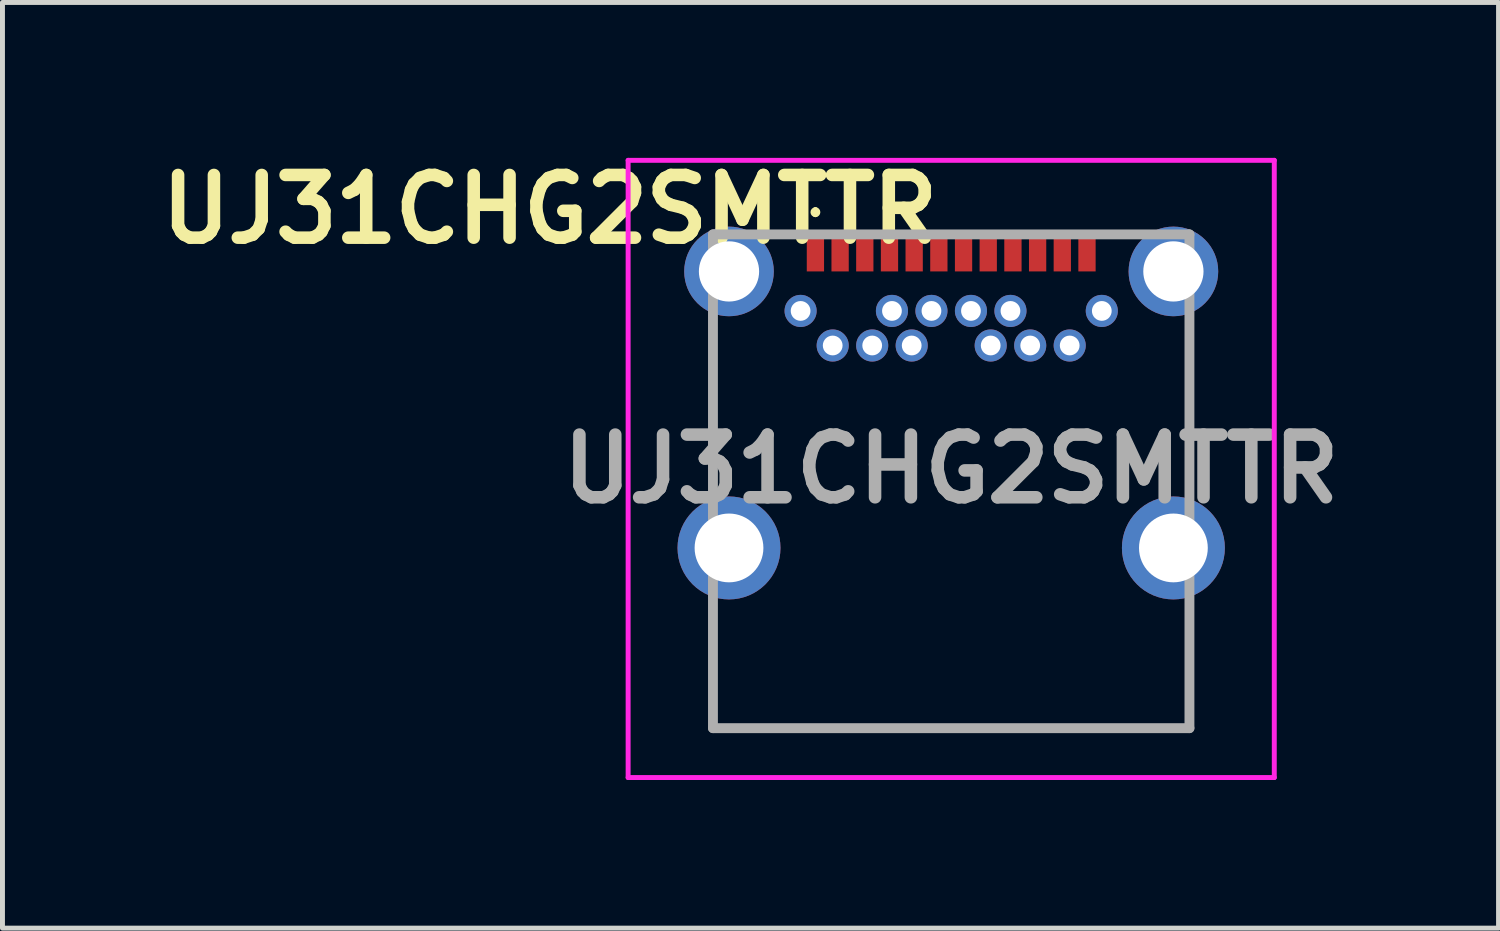
<source format=kicad_pcb>
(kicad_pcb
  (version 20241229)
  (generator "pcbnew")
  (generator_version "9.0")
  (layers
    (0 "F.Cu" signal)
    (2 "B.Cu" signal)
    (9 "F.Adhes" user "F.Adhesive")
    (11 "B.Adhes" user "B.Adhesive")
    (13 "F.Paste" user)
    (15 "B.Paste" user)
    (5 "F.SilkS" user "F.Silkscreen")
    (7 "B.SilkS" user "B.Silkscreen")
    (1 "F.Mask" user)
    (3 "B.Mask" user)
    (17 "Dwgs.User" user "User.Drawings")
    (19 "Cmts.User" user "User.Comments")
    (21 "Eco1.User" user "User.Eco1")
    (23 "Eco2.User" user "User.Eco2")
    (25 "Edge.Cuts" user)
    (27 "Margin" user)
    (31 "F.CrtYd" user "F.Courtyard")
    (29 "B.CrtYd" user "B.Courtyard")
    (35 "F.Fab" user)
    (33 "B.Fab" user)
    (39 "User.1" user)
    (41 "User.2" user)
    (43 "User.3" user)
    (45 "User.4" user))
  (footprint "UJ31CHG2SMTTR"
    (layer "F.Cu")
    (at 16.214 8.047)
    (property "Reference" "UJ31CHG2SMTTR" (at -8.128 -6.858 0) (layer "F.SilkS") (effects (font (size 1.27 1.27) (thickness 0.254))))
    (attr through_hole)
    (fp_line (start -4.825 -4.35) (end -4.825 -1.35) (stroke (width 0.1) (type solid)) (layer "F.SilkS"))
    (fp_line (start -4.825 1.25) (end -4.825 3.65) (stroke (width 0.1) (type solid)) (layer "F.SilkS"))
    (fp_line (start -4.825 3.65) (end 4.825 3.65) (stroke (width 0.1) (type solid)) (layer "F.SilkS"))
    (fp_line (start -2.75 -6.85) (end -2.75 -6.85) (stroke (width 0.1) (type solid)) (layer "F.SilkS"))
    (fp_line (start -2.75 -6.75) (end -2.75 -6.75) (stroke (width 0.1) (type solid)) (layer "F.SilkS"))
    (fp_line (start 4.825 -4.1) (end 4.825 -1.35) (stroke (width 0.1) (type solid)) (layer "F.SilkS"))
    (fp_line (start 4.825 3.65) (end 4.825 1.25) (stroke (width 0.1) (type solid)) (layer "F.SilkS"))
    (fp_arc (start -2.75 -6.85) (mid -2.7 -6.8) (end -2.75 -6.75) (stroke (width 0.1) (type solid)) (layer "F.SilkS"))
    (fp_arc (start -2.75 -6.75) (mid -2.8 -6.8) (end -2.75 -6.85) (stroke (width 0.1) (type solid)) (layer "F.SilkS"))
    (fp_line (start -6.543 -7.85) (end 6.543 -7.85) (stroke (width 0.1) (type solid)) (layer "F.CrtYd"))
    (fp_line (start -6.543 4.65) (end -6.543 -7.85) (stroke (width 0.1) (type solid)) (layer "F.CrtYd"))
    (fp_line (start 6.543 -7.85) (end 6.543 4.65) (stroke (width 0.1) (type solid)) (layer "F.CrtYd"))
    (fp_line (start 6.543 4.65) (end -6.543 4.65) (stroke (width 0.1) (type solid)) (layer "F.CrtYd"))
    (fp_line (start -4.825 -6.35) (end 4.825 -6.35) (stroke (width 0.2) (type solid)) (layer "F.Fab"))
    (fp_line (start -4.825 3.65) (end -4.825 -6.35) (stroke (width 0.2) (type solid)) (layer "F.Fab"))
    (fp_line (start 4.825 -6.35) (end 4.825 3.65) (stroke (width 0.2) (type solid)) (layer "F.Fab"))
    (fp_line (start 4.825 3.65) (end -4.825 3.65) (stroke (width 0.2) (type solid)) (layer "F.Fab"))
    (fp_text user "${REFERENCE}" (at 0 -1.6 0) (layer "F.Fab") (effects (font (size 1.27 1.27) (thickness 0.254))))
    (pad "" np_thru_hole circle (at -3.725 -4.1) (size 0.001 0.001) (drill 0.65) (layers "*.Cu" "*.Mask"))
    (pad "" np_thru_hole circle (at 3.725 -4.1) (size 0.001 0.001) (drill 1.15) (layers "*.Cu" "*.Mask"))
    (pad "A1" smd rect (at -2.75 -5.95) (size 0.35 0.7) (layers "F.Cu" "F.Mask" "F.Paste"))
    (pad "A2" smd rect (at -2.25 -5.95) (size 0.35 0.7) (layers "F.Cu" "F.Mask" "F.Paste"))
    (pad "A3" smd rect (at -1.75 -5.95) (size 0.35 0.7) (layers "F.Cu" "F.Mask" "F.Paste"))
    (pad "A4" smd rect (at -1.25 -5.95) (size 0.35 0.7) (layers "F.Cu" "F.Mask" "F.Paste"))
    (pad "A5" smd rect (at -0.75 -5.95) (size 0.35 0.7) (layers "F.Cu" "F.Mask" "F.Paste"))
    (pad "A6" smd rect (at -0.25 -5.95) (size 0.35 0.7) (layers "F.Cu" "F.Mask" "F.Paste"))
    (pad "A7" smd rect (at 0.25 -5.95) (size 0.35 0.7) (layers "F.Cu" "F.Mask" "F.Paste"))
    (pad "A8" smd rect (at 0.75 -5.95) (size 0.35 0.7) (layers "F.Cu" "F.Mask" "F.Paste"))
    (pad "A9" smd rect (at 1.25 -5.95) (size 0.35 0.7) (layers "F.Cu" "F.Mask" "F.Paste"))
    (pad "A10" smd rect (at 1.75 -5.95) (size 0.35 0.7) (layers "F.Cu" "F.Mask" "F.Paste"))
    (pad "A11" smd rect (at 2.25 -5.95) (size 0.35 0.7) (layers "F.Cu" "F.Mask" "F.Paste"))
    (pad "A12" smd rect (at 2.75 -5.95) (size 0.35 0.7) (layers "F.Cu" "F.Mask" "F.Paste"))
    (pad "B1" thru_hole circle (at 3.05 -4.8) (size 0.65 0.65) (drill 0.4) (layers "*.Cu" "*.Mask"))
    (pad "B2" thru_hole circle (at 2.4 -4.1) (size 0.65 0.65) (drill 0.4) (layers "*.Cu" "*.Mask"))
    (pad "B3" thru_hole circle (at 1.6 -4.1) (size 0.65 0.65) (drill 0.4) (layers "*.Cu" "*.Mask"))
    (pad "B4" thru_hole circle (at 1.2 -4.8) (size 0.65 0.65) (drill 0.4) (layers "*.Cu" "*.Mask"))
    (pad "B5" thru_hole circle (at 0.8 -4.1) (size 0.65 0.65) (drill 0.4) (layers "*.Cu" "*.Mask"))
    (pad "B6" thru_hole circle (at 0.4 -4.8) (size 0.65 0.65) (drill 0.4) (layers "*.Cu" "*.Mask"))
    (pad "B7" thru_hole circle (at -0.4 -4.8) (size 0.65 0.65) (drill 0.4) (layers "*.Cu" "*.Mask"))
    (pad "B8" thru_hole circle (at -0.8 -4.1) (size 0.65 0.65) (drill 0.4) (layers "*.Cu" "*.Mask"))
    (pad "B9" thru_hole circle (at -1.2 -4.8) (size 0.65 0.65) (drill 0.4) (layers "*.Cu" "*.Mask"))
    (pad "B10" thru_hole circle (at -1.6 -4.1) (size 0.65 0.65) (drill 0.4) (layers "*.Cu" "*.Mask"))
    (pad "B11" thru_hole circle (at -2.4 -4.1) (size 0.65 0.65) (drill 0.4) (layers "*.Cu" "*.Mask"))
    (pad "B12" thru_hole circle (at -3.05 -4.8) (size 0.65 0.65) (drill 0.4) (layers "*.Cu" "*.Mask"))
    (pad "S1" thru_hole circle (at -4.5 -5.6) (size 1.815 1.815) (drill 1.22) (layers "*.Cu" "*.Mask"))
    (pad "S2" thru_hole circle (at -4.5 0) (size 2.085 2.085) (drill 1.393) (layers "*.Cu" "*.Mask"))
    (pad "S3" thru_hole circle (at 4.5 0) (size 2.085 2.085) (drill 1.393) (layers "*.Cu" "*.Mask"))
    (pad "S4" thru_hole circle (at 4.5 -5.6) (size 1.815 1.815) (drill 1.22) (layers "*.Cu" "*.Mask")))
  (gr_rect
    (start -3 -3)
    (end 27.299 15.747)
    (stroke (width 0.1) (type default))
    (fill no)
    (layer "Edge.Cuts")))
</source>
